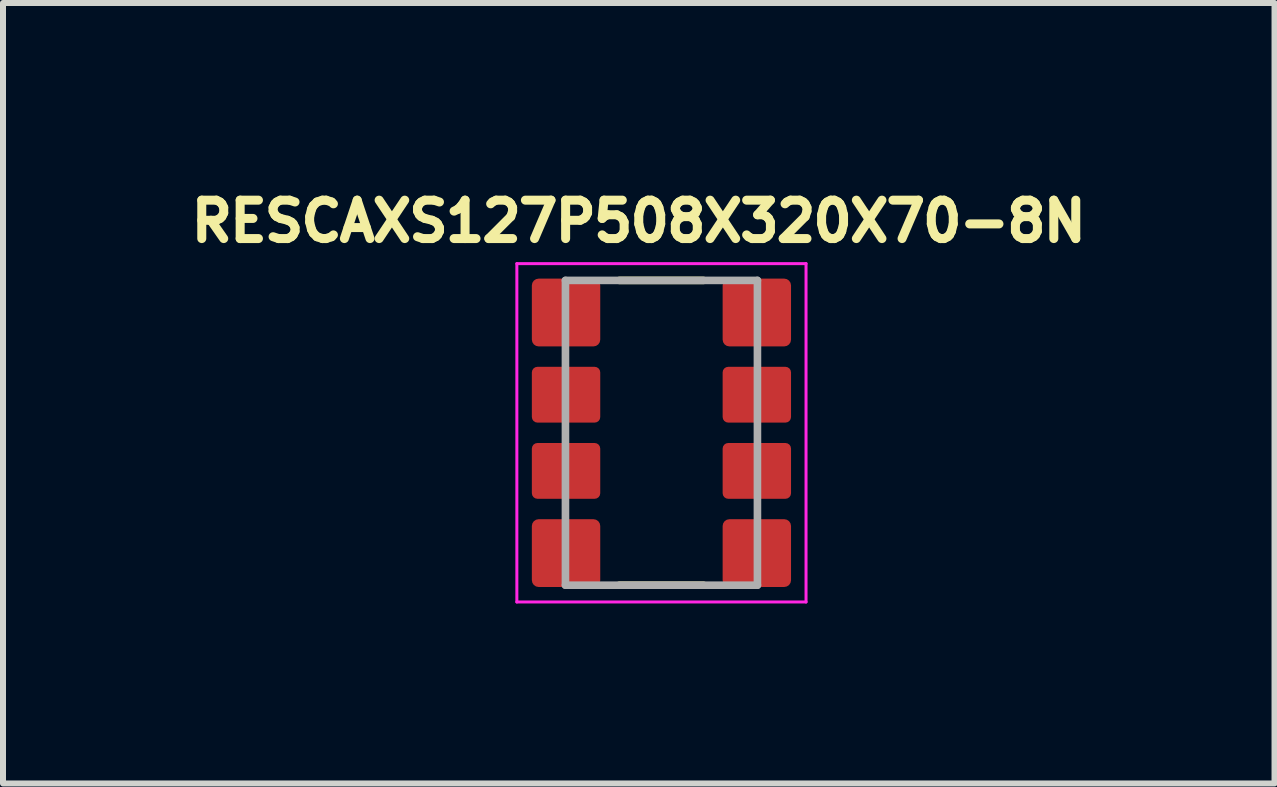
<source format=kicad_pcb>
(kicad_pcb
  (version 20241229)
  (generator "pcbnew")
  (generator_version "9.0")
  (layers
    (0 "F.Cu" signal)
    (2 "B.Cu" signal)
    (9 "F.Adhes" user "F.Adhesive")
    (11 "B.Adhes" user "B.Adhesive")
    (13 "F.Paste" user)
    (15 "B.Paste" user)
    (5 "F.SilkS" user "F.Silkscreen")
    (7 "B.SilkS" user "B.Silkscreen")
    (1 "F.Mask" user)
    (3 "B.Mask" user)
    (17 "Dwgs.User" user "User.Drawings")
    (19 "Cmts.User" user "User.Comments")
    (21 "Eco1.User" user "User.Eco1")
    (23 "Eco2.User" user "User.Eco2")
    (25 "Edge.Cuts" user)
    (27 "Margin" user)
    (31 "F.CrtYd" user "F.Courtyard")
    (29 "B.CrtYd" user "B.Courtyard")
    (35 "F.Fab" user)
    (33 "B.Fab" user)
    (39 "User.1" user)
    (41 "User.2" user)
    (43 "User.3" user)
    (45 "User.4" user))
  (footprint "RESCAXS127P508X320X70-8N"
    (layer "F.Cu")
    (at 7.975 4.164)
    (property "Reference" "RESCAXS127P508X320X70-8N" (at -0.378 -3.526 0) (layer "F.SilkS") (effects (font (size 0.64 0.64) (thickness 0.15))))
    (attr smd)
    (fp_line (start -0.7 -2.54) (end 0.7 -2.54) (stroke (width 0.127) (type solid)) (layer "F.SilkS"))
    (fp_line (start -0.7 2.54) (end 0.7 2.54) (stroke (width 0.127) (type solid)) (layer "F.SilkS"))
    (fp_line (start -2.41 -2.82) (end -2.41 2.82) (stroke (width 0.05) (type solid)) (layer "F.CrtYd"))
    (fp_line (start -2.41 2.82) (end 2.41 2.82) (stroke (width 0.05) (type solid)) (layer "F.CrtYd"))
    (fp_line (start 2.41 -2.82) (end -2.41 -2.82) (stroke (width 0.05) (type solid)) (layer "F.CrtYd"))
    (fp_line (start 2.41 2.82) (end 2.41 -2.82) (stroke (width 0.05) (type solid)) (layer "F.CrtYd"))
    (fp_line (start -1.6 -2.54) (end -1.6 2.54) (stroke (width 0.127) (type solid)) (layer "F.Fab"))
    (fp_line (start -1.6 2.54) (end 1.6 2.54) (stroke (width 0.127) (type solid)) (layer "F.Fab"))
    (fp_line (start 1.6 -2.54) (end -1.6 -2.54) (stroke (width 0.127) (type solid)) (layer "F.Fab"))
    (fp_line (start 1.6 2.54) (end 1.6 -2.54) (stroke (width 0.127) (type solid)) (layer "F.Fab"))
    (pad "1" smd roundrect (at -1.59 -2.005) (size 1.14 1.13) (layers "F.Cu" "F.Mask" "F.Paste") (roundrect_rratio 0.1))
    (pad "2" smd roundrect (at -1.59 -0.635) (size 1.14 0.93) (layers "F.Cu" "F.Mask" "F.Paste") (roundrect_rratio 0.1))
    (pad "3" smd roundrect (at -1.59 0.635) (size 1.14 0.93) (layers "F.Cu" "F.Mask" "F.Paste") (roundrect_rratio 0.1))
    (pad "4" smd roundrect (at -1.59 2.005) (size 1.14 1.13) (layers "F.Cu" "F.Mask" "F.Paste") (roundrect_rratio 0.1))
    (pad "5" smd roundrect (at 1.59 2.005) (size 1.14 1.13) (layers "F.Cu" "F.Mask" "F.Paste") (roundrect_rratio 0.1))
    (pad "6" smd roundrect (at 1.59 0.635) (size 1.14 0.93) (layers "F.Cu" "F.Mask" "F.Paste") (roundrect_rratio 0.1))
    (pad "7" smd roundrect (at 1.59 -0.635) (size 1.14 0.93) (layers "F.Cu" "F.Mask" "F.Paste") (roundrect_rratio 0.1))
    (pad "8" smd roundrect (at 1.59 -2.005) (size 1.14 1.13) (layers "F.Cu" "F.Mask" "F.Paste") (roundrect_rratio 0.1)))
  (gr_rect
    (start -3 -3)
    (end 18.194 10.009)
    (stroke (width 0.1) (type default))
    (fill no)
    (layer "Edge.Cuts")))
</source>
